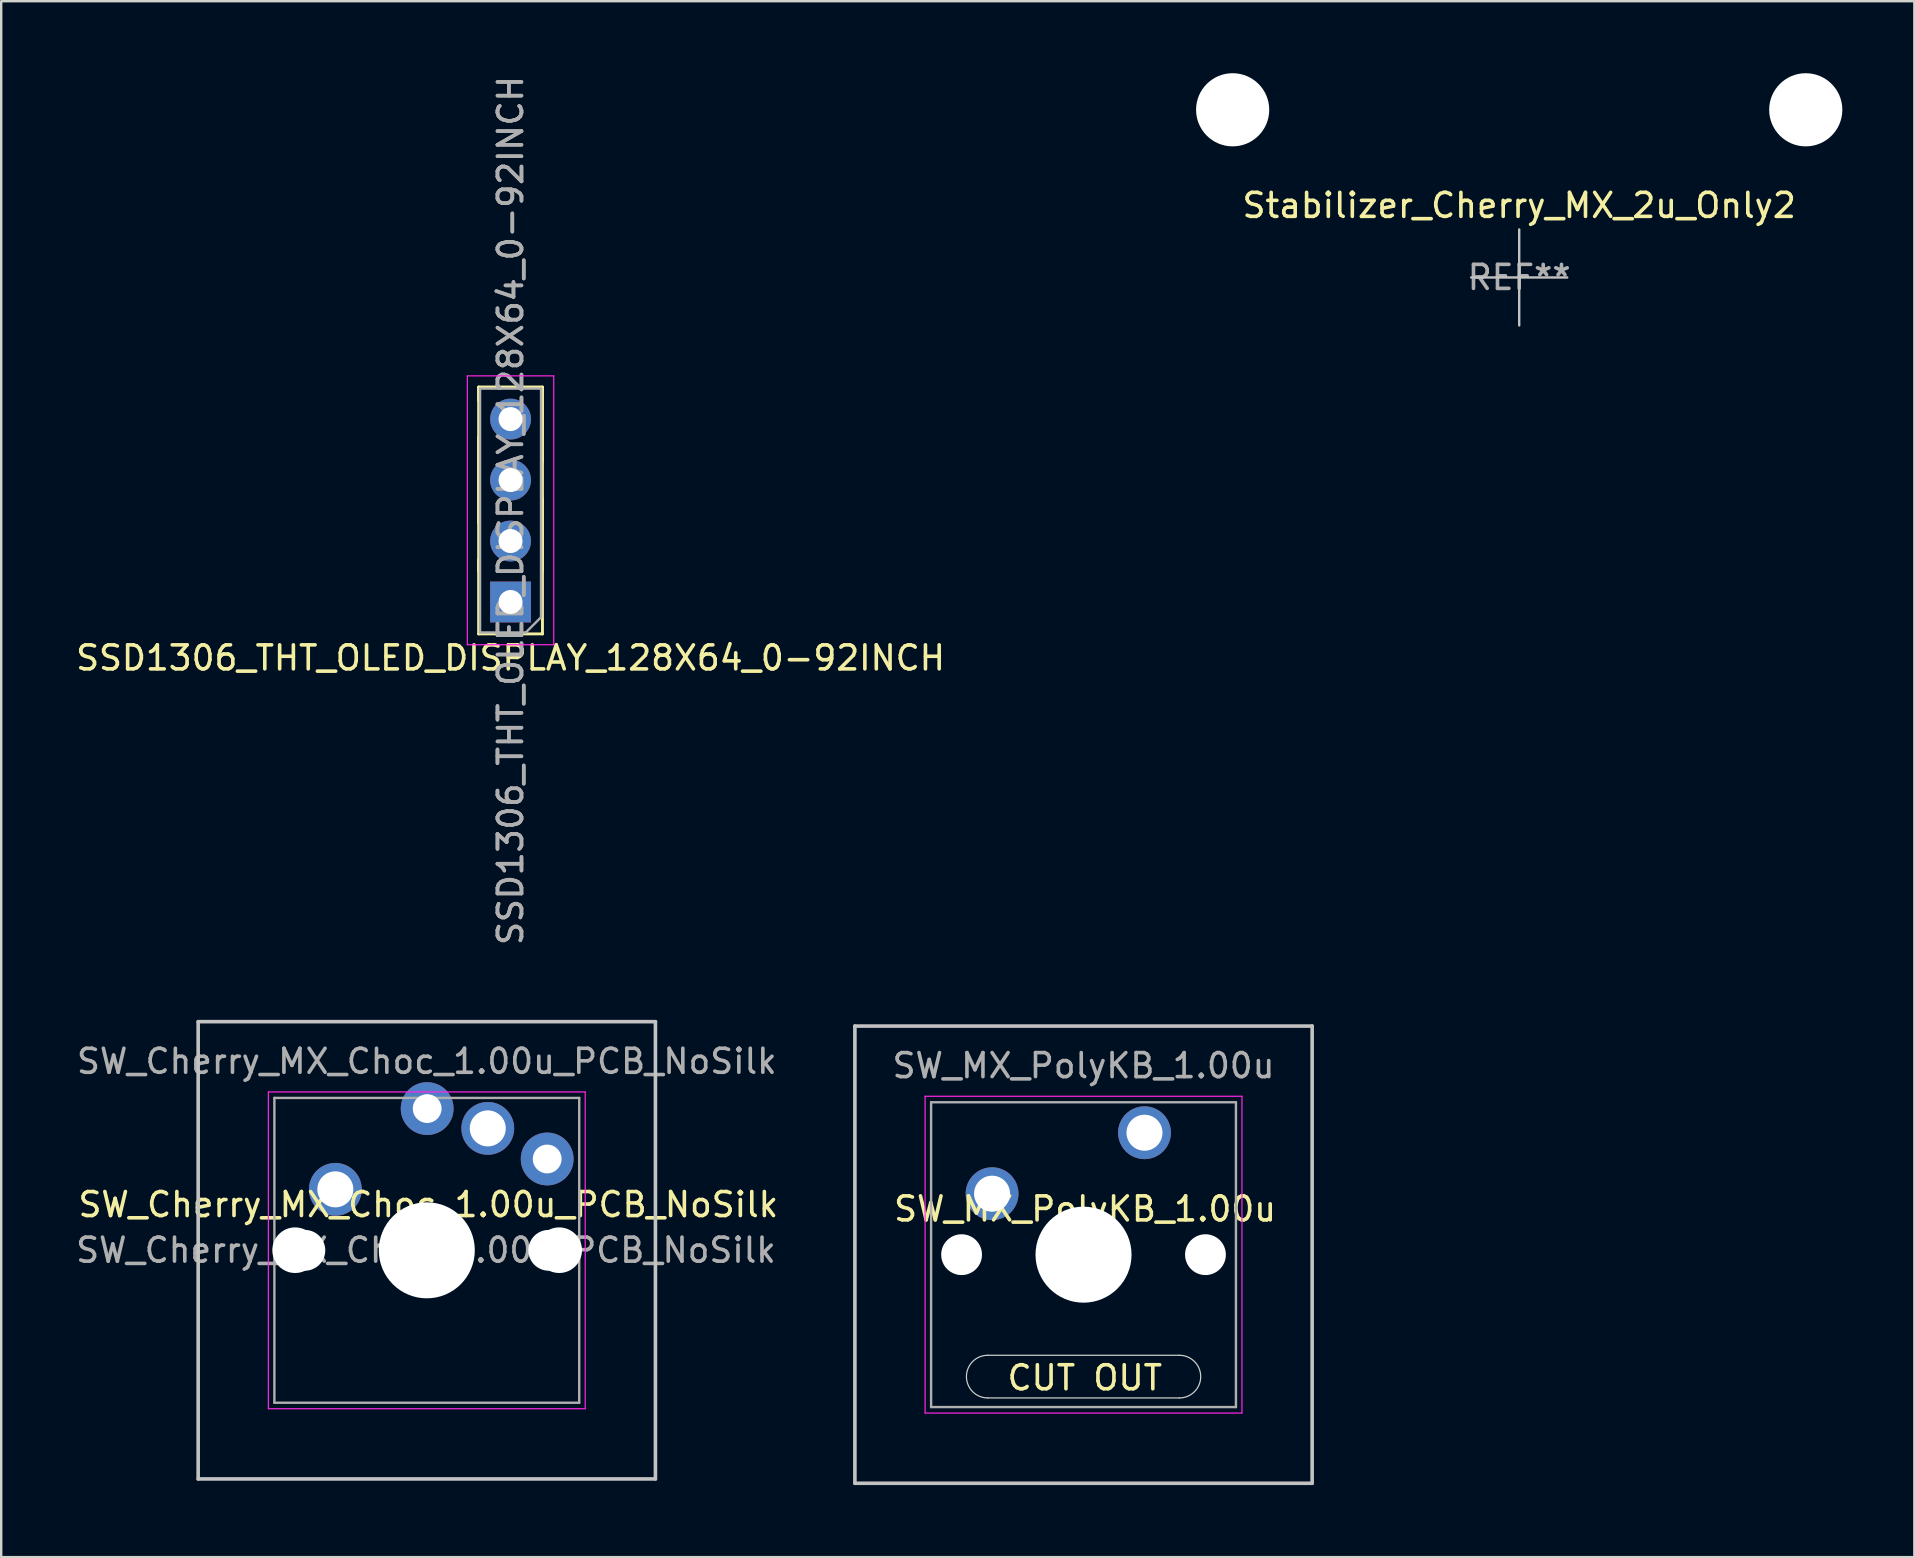
<source format=kicad_pcb>
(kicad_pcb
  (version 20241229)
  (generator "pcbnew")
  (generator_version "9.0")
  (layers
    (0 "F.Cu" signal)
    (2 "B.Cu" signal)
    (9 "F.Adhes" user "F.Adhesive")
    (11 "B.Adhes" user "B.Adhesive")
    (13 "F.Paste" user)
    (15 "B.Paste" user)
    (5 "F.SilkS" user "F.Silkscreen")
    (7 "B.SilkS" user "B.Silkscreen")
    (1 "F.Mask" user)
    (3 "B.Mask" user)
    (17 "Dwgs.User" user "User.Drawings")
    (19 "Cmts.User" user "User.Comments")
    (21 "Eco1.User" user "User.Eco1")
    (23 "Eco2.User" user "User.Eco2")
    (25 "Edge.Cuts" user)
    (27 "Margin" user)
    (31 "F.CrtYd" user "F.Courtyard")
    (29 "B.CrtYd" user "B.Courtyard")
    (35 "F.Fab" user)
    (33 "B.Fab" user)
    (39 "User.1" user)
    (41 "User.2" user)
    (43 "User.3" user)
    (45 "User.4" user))
  (footprint "SW_MX_PolyKB_1.00u"
    (layer "F.Cu")
    (at 44.631 44.141)
    (property "Reference" "SW_MX_PolyKB_1.00u" (at -2.477 3.175 0) (layer "F.SilkS") (effects (font (size 1 1) (thickness 0.15))))
    (attr through_hole)
    (fp_line (start -12.065 -4.445) (end 6.985 -4.445) (stroke (width 0.15) (type solid)) (layer "Dwgs.User"))
    (fp_line (start -12.065 14.605) (end -12.065 -4.445) (stroke (width 0.15) (type solid)) (layer "Dwgs.User"))
    (fp_line (start 6.985 -4.445) (end 6.985 14.605) (stroke (width 0.15) (type solid)) (layer "Dwgs.User"))
    (fp_line (start 6.985 14.605) (end -12.065 14.605) (stroke (width 0.15) (type solid)) (layer "Dwgs.User"))
    (fp_line (start -10.34 -0.869) (end -10.34 2.131) (stroke (width 0.001) (type solid)) (layer "Eco2.User"))
    (fp_line (start -10.34 8.031) (end -10.34 11.031) (stroke (width 0.001) (type solid)) (layer "Eco2.User"))
    (fp_line (start -10.34 8.031) (end -9.54 8.031) (stroke (width 0.001) (type solid)) (layer "Eco2.User"))
    (fp_line (start -10.34 11.031) (end -9.54 11.031) (stroke (width 0.001) (type solid)) (layer "Eco2.User"))
    (fp_line (start -9.54 -1.919) (end -9.54 -0.869) (stroke (width 0.001) (type solid)) (layer "Eco2.User"))
    (fp_line (start -9.54 -0.869) (end -10.34 -0.869) (stroke (width 0.001) (type solid)) (layer "Eco2.User"))
    (fp_line (start -9.54 2.131) (end -10.34 2.131) (stroke (width 0.001) (type solid)) (layer "Eco2.User"))
    (fp_line (start -9.54 2.131) (end -9.54 8.031) (stroke (width 0.001) (type solid)) (layer "Eco2.User"))
    (fp_line (start -9.54 11.031) (end -9.54 12.081) (stroke (width 0.001) (type solid)) (layer "Eco2.User"))
    (fp_line (start -9.54 12.081) (end 4.46 12.081) (stroke (width 0.001) (type solid)) (layer "Eco2.User"))
    (fp_line (start -4.54 -1.919) (end -9.54 -1.919) (stroke (width 0.001) (type solid)) (layer "Eco2.User"))
    (fp_line (start -4.54 -1.919) (end -4.54 -2.7) (stroke (width 0.001) (type solid)) (layer "Eco2.User"))
    (fp_line (start -0.54 -1.919) (end -0.54 -2.7) (stroke (width 0.001) (type solid)) (layer "Eco2.User"))
    (fp_line (start 4.46 -1.919) (end -0.54 -1.919) (stroke (width 0.001) (type solid)) (layer "Eco2.User"))
    (fp_line (start 4.46 -0.869) (end 4.46 -1.919) (stroke (width 0.001) (type solid)) (layer "Eco2.User"))
    (fp_line (start 4.46 2.131) (end 4.46 8.031) (stroke (width 0.001) (type solid)) (layer "Eco2.User"))
    (fp_line (start 4.46 8.031) (end 5.26 8.031) (stroke (width 0.001) (type solid)) (layer "Eco2.User"))
    (fp_line (start 4.46 11.031) (end 5.26 11.031) (stroke (width 0.001) (type solid)) (layer "Eco2.User"))
    (fp_line (start 4.46 12.081) (end 4.46 11.031) (stroke (width 0.001) (type solid)) (layer "Eco2.User"))
    (fp_line (start 5.26 -0.869) (end 4.46 -0.869) (stroke (width 0.001) (type solid)) (layer "Eco2.User"))
    (fp_line (start 5.26 -0.869) (end 5.26 2.131) (stroke (width 0.001) (type solid)) (layer "Eco2.User"))
    (fp_line (start 5.26 2.131) (end 4.46 2.131) (stroke (width 0.001) (type solid)) (layer "Eco2.User"))
    (fp_line (start 5.26 11.031) (end 5.26 8.031) (stroke (width 0.001) (type solid)) (layer "Eco2.User"))
    (fp_arc (start -4.54 -2.7) (mid -2.54 -4.7) (end -0.54 -2.7) (stroke (width 0.001) (type solid)) (layer "Eco2.User"))
    (fp_line (start 1.453 9.271) (end -6.529 9.271) (stroke (width 0.05) (type solid)) (layer "Edge.Cuts"))
    (fp_line (start 1.453 11.049) (end -6.529 11.049) (stroke (width 0.05) (type solid)) (layer "Edge.Cuts"))
    (fp_arc (start -6.529 11.0493) (mid -7.418 10.1603) (end -6.529 9.2713) (stroke (width 0.05) (type solid)) (layer "Edge.Cuts"))
    (fp_arc (start 1.453 9.2713) (mid 2.342 10.1603) (end 1.453 11.0493) (stroke (width 0.05) (type solid)) (layer "Edge.Cuts"))
    (fp_line (start -9.14 -1.52) (end 4.06 -1.52) (stroke (width 0.05) (type solid)) (layer "F.CrtYd"))
    (fp_line (start -9.14 11.68) (end -9.14 -1.52) (stroke (width 0.05) (type solid)) (layer "F.CrtYd"))
    (fp_line (start 4.06 -1.52) (end 4.06 11.68) (stroke (width 0.05) (type solid)) (layer "F.CrtYd"))
    (fp_line (start 4.06 11.68) (end -9.14 11.68) (stroke (width 0.05) (type solid)) (layer "F.CrtYd"))
    (fp_line (start -8.89 -1.27) (end 3.81 -1.27) (stroke (width 0.1) (type solid)) (layer "F.Fab"))
    (fp_line (start -8.89 11.43) (end -8.89 -1.27) (stroke (width 0.1) (type solid)) (layer "F.Fab"))
    (fp_line (start 3.81 -1.27) (end 3.81 11.43) (stroke (width 0.1) (type solid)) (layer "F.Fab"))
    (fp_line (start 3.81 11.43) (end -8.89 11.43) (stroke (width 0.1) (type solid)) (layer "F.Fab"))
    (fp_line (start -2.54 5.08) (end -2.6 5.08) (stroke (width 0.01) (type solid)) (layer "User.7"))
    (fp_line (start -2.54 5.08) (end -2.54 5.02) (stroke (width 0.01) (type solid)) (layer "User.7"))
    (fp_line (start -2.54 5.14) (end -2.54 5.08) (stroke (width 0.01) (type solid)) (layer "User.7"))
    (fp_line (start -2.48 5.08) (end -2.54 5.08) (stroke (width 0.01) (type solid)) (layer "User.7"))
    (fp_text user "CUT OUT" (at -2.487 10.211 0) (layer "F.SilkS") (effects (font (size 1 1) (thickness 0.15))))
    (fp_text user "${REFERENCE}" (at -2.54 -2.794 0) (layer "F.Fab") (effects (font (size 1 1) (thickness 0.15))))
    (pad "" np_thru_hole circle (at -7.62 5.08) (size 1.7 1.7) (drill 1.7) (layers "*.Cu" "*.Mask"))
    (pad "" np_thru_hole circle (at -2.54 5.08) (size 4 4) (drill 4) (layers "*.Cu" "*.Mask"))
    (pad "" np_thru_hole circle (at 2.54 5.08) (size 1.7 1.7) (drill 1.7) (layers "*.Cu" "*.Mask"))
    (pad "1" thru_hole circle (at 0 0) (size 2.2 2.2) (drill 1.5) (layers "*.Cu" "*.Mask"))
    (pad "2" thru_hole circle (at -6.35 2.54) (size 2.2 2.2) (drill 1.5) (layers "*.Cu" "*.Mask")))
  (footprint "SW_Cherry_MX_Choc_1.00u_PCB_NoSilk"
    (layer "F.Cu")
    (at 17.271 43.96)
    (property "Reference" "SW_Cherry_MX_Choc_1.00u_PCB_NoSilk" (at -2.477 3.175 0) (layer "F.SilkS") (effects (font (size 1 1) (thickness 0.15))))
    (attr through_hole)
    (fp_line (start -12.065 -4.445) (end 6.985 -4.445) (stroke (width 0.15) (type solid)) (layer "Dwgs.User"))
    (fp_line (start -12.065 14.605) (end -12.065 -4.445) (stroke (width 0.15) (type solid)) (layer "Dwgs.User"))
    (fp_line (start 6.985 -4.445) (end 6.985 14.605) (stroke (width 0.15) (type solid)) (layer "Dwgs.User"))
    (fp_line (start 6.985 14.605) (end -12.065 14.605) (stroke (width 0.15) (type solid)) (layer "Dwgs.User"))
    (fp_line (start -9.14 -1.52) (end 4.06 -1.52) (stroke (width 0.05) (type solid)) (layer "F.CrtYd"))
    (fp_line (start -9.14 11.68) (end -9.14 -1.52) (stroke (width 0.05) (type solid)) (layer "F.CrtYd"))
    (fp_line (start 4.06 -1.52) (end 4.06 11.68) (stroke (width 0.05) (type solid)) (layer "F.CrtYd"))
    (fp_line (start 4.06 11.68) (end -9.14 11.68) (stroke (width 0.05) (type solid)) (layer "F.CrtYd"))
    (fp_line (start -8.89 -1.27) (end 3.81 -1.27) (stroke (width 0.1) (type solid)) (layer "F.Fab"))
    (fp_line (start -8.89 11.43) (end -8.89 -1.27) (stroke (width 0.1) (type solid)) (layer "F.Fab"))
    (fp_line (start 3.81 -1.27) (end 3.81 11.43) (stroke (width 0.1) (type solid)) (layer "F.Fab"))
    (fp_line (start 3.81 11.43) (end -8.89 11.43) (stroke (width 0.1) (type solid)) (layer "F.Fab"))
    (fp_text user "${REFERENCE}" (at -2.575 5.075 0) (layer "F.Fab") (effects (font (size 1 1) (thickness 0.15))))
    (fp_text user "${REFERENCE}" (at -2.54 -2.794 0) (layer "F.Fab") (effects (font (size 1 1) (thickness 0.15))))
    (pad "" np_thru_hole circle (at -8.025 5.075) (size 1.9 1.9) (drill 1.9) (layers "*.Cu" "*.Mask"))
    (pad "" np_thru_hole circle (at -7.62 5.08) (size 1.7 1.7) (drill 1.7) (layers "*.Cu" "*.Mask"))
    (pad "" smd circle (at -2.575 -0.825) (size 1.25 1.25) (layers "F.Mask"))
    (pad "" np_thru_hole circle (at -2.54 5.08) (size 4 4) (drill 4) (layers "*.Cu" "*.Mask"))
    (pad "" np_thru_hole circle (at -2.525 5.075) (size 3.45 3.45) (drill 3.45) (layers "*.Cu" "*.Mask"))
    (pad "" smd circle (at 2.425 1.275) (size 1.25 1.25) (layers "F.Mask"))
    (pad "" np_thru_hole circle (at 2.54 5.08) (size 1.7 1.7) (drill 1.7) (layers "*.Cu" "*.Mask"))
    (pad "" np_thru_hole circle (at 2.975 5.075) (size 1.9 1.9) (drill 1.9) (layers "*.Cu" "*.Mask"))
    (pad "1" thru_hole circle (at -2.525 -0.825) (size 2.2 2.2) (drill 1.2) (layers "*.Cu" "B.Mask"))
    (pad "1" thru_hole circle (at 0 0) (size 2.2 2.2) (drill 1.5) (layers "*.Cu" "*.Mask"))
    (pad "2" thru_hole circle (at -6.35 2.54) (size 2.2 2.2) (drill 1.5) (layers "*.Cu" "*.Mask"))
    (pad "2" thru_hole circle (at 2.475 1.275) (size 2.2 2.2) (drill 1.2) (layers "*.Cu" "B.Mask")))
  (footprint "SSD1306_THT_OLED_DISPLAY_128X64_0-92INCH"
    (layer "F.Cu")
    (at 18.22 18.22)
    (property "Reference" "SSD1306_THT_OLED_DISPLAY_128X64_0-92INCH" (at 0 6.14 180) (layer "F.SilkS") (effects (font (size 1 1) (thickness 0.15))))
    (attr smd)
    (fp_line (start -1.33 -4.57) (end -1.33 -5.14) (stroke (width 0.12) (type solid)) (layer "F.SilkS"))
    (fp_line (start -1.33 0.51) (end -1.33 -3.05) (stroke (width 0.12) (type solid)) (layer "F.SilkS"))
    (fp_line (start -1.33 2.54) (end -1.33 -5.14) (stroke (width 0.12) (type solid)) (layer "F.SilkS"))
    (fp_line (start -1.33 5.14) (end -1.33 2.03) (stroke (width 0.12) (type solid)) (layer "F.SilkS"))
    (fp_line (start 1.33 -5.14) (end -1.33 -5.14) (stroke (width 0.12) (type solid)) (layer "F.SilkS"))
    (fp_line (start 1.33 -5.14) (end -1.33 -5.14) (stroke (width 0.12) (type solid)) (layer "F.SilkS"))
    (fp_line (start 1.33 -2.03) (end 1.33 -5.14) (stroke (width 0.12) (type solid)) (layer "F.SilkS"))
    (fp_line (start 1.33 2.54) (end 1.33 -5.14) (stroke (width 0.12) (type solid)) (layer "F.SilkS"))
    (fp_line (start 1.33 5.14) (end -1.33 5.14) (stroke (width 0.12) (type solid)) (layer "F.SilkS"))
    (fp_line (start 1.33 5.14) (end 1.33 -0.51) (stroke (width 0.12) (type solid)) (layer "F.SilkS"))
    (fp_rect (start -1.5 -12.5) (end 25.5 12.5) (stroke (width 0.12) (type solid)) (fill no) (layer "Eco1.User"))
    (fp_rect (start 3.6 -12.5) (end 20.3 12.5) (stroke (width 0.12) (type solid)) (fill no) (layer "Eco1.User"))
    (fp_circle (center 0.5 -10.25) (end 1.9 -10.25) (stroke (width 0.12) (type solid)) (fill no) (layer "Eco1.User"))
    (fp_circle (center 0.5 10.25) (end 1.9 10.25) (stroke (width 0.12) (type solid)) (fill no) (layer "Eco1.User"))
    (fp_circle (center 23.5 -10.25) (end 22.1 -10.25) (stroke (width 0.12) (type solid)) (fill no) (layer "Eco1.User"))
    (fp_circle (center 23.5 10.25) (end 22.1 10.25) (stroke (width 0.12) (type solid)) (fill no) (layer "Eco1.User"))
    (fp_line (start -1.8 5.59) (end -1.8 -5.61) (stroke (width 0.05) (type solid)) (layer "F.CrtYd"))
    (fp_line (start -1.8 5.59) (end 1.8 5.59) (stroke (width 0.05) (type solid)) (layer "F.CrtYd"))
    (fp_line (start 1.8 -5.61) (end -1.8 -5.61) (stroke (width 0.05) (type solid)) (layer "F.CrtYd"))
    (fp_line (start 1.8 5.59) (end 1.8 -5.61) (stroke (width 0.05) (type solid)) (layer "F.CrtYd"))
    (fp_line (start -1.27 -5.08) (end 1.27 -5.08) (stroke (width 0.1) (type solid)) (layer "F.Fab"))
    (fp_line (start -1.27 5.08) (end -1.27 -5.08) (stroke (width 0.1) (type solid)) (layer "F.Fab"))
    (fp_line (start 0.635 5.08) (end -1.27 5.08) (stroke (width 0.1) (type solid)) (layer "F.Fab"))
    (fp_line (start 1.27 -5.08) (end 1.27 4.445) (stroke (width 0.1) (type solid)) (layer "F.Fab"))
    (fp_line (start 1.27 4.445) (end 0.635 5.08) (stroke (width 0.1) (type solid)) (layer "F.Fab"))
    (fp_text user "${REFERENCE}" (at 0 0 270) (layer "F.Fab") (effects (font (size 1 1) (thickness 0.15))))
    (fp_text user "${REFERENCE}" (at 0 0 270) (layer "F.Fab") (effects (font (size 1 1) (thickness 0.15))))
    (pad "1" thru_hole rect (at 0 3.81 180) (size 1.7 1.7) (drill 1) (layers "*.Cu" "*.Mask"))
    (pad "2" thru_hole oval (at 0 1.27 180) (size 1.7 1.7) (drill 1) (layers "*.Cu" "*.Mask"))
    (pad "3" thru_hole oval (at 0 -1.27 180) (size 1.7 1.7) (drill 1) (layers "*.Cu" "*.Mask"))
    (pad "4" thru_hole oval (at 0 -3.81 180) (size 1.7 1.7) (drill 1) (layers "*.Cu" "*.Mask")))
  (footprint "Stabilizer_Cherry_MX_2u_Only2"
    (layer "F.Cu")
    (at 60.242 8.509)
    (property "Reference" "Stabilizer_Cherry_MX_2u_Only2" (at 0 -3 0) (layer "F.SilkS") (effects (font (size 1 1) (thickness 0.15))))
    (attr exclude_from_pos_files exclude_from_bom)
    (fp_line (start -2 0) (end 2 0) (stroke (width 0.1) (type solid)) (layer "Dwgs.User"))
    (fp_line (start 0 2) (end 0 -2) (stroke (width 0.1) (type solid)) (layer "Dwgs.User"))
    (fp_text user "REF**" (at 0 0 0) (layer "F.Fab") (effects (font (size 1 1) (thickness 0.15))))
    (pad "" np_thru_hole circle (at -11.938 -6.985) (size 3.048 3.048) (drill 3.048) (layers "*.Cu" "*.Mask"))
    (pad "" np_thru_hole circle (at 11.938 -6.985) (size 3.048 3.048) (drill 3.048) (layers "*.Cu" "*.Mask")))
  (gr_rect
    (start -3 -3)
    (end 76.704 61.821)
    (stroke (width 0.1) (type default))
    (fill no)
    (layer "Edge.Cuts")))
</source>
